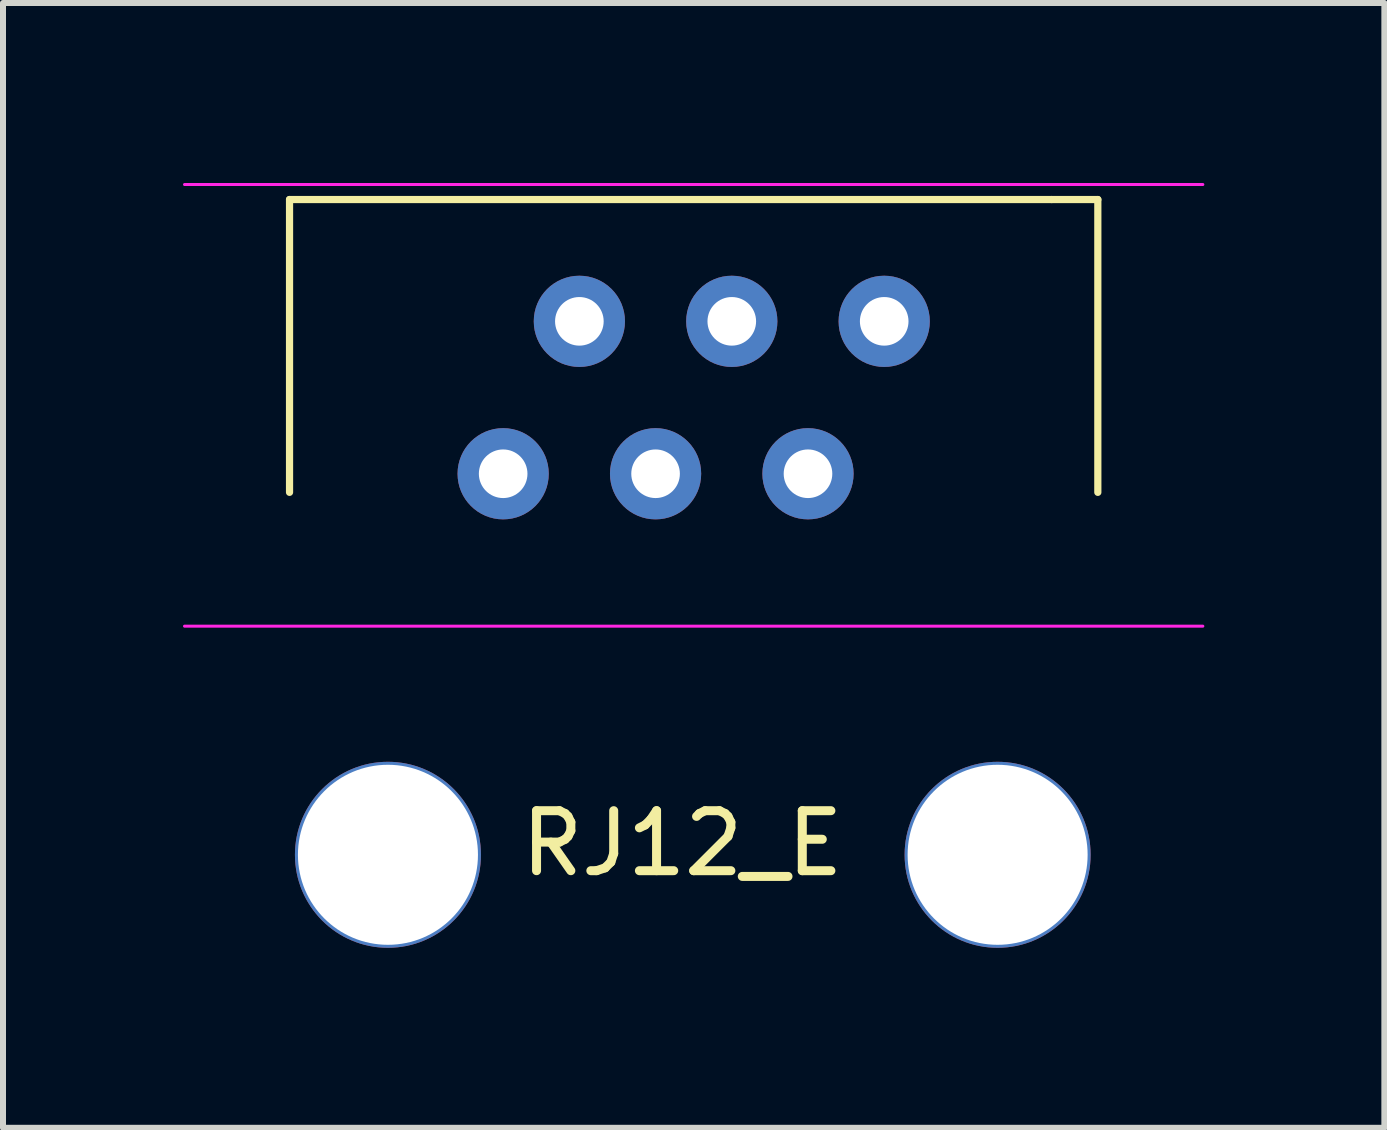
<source format=kicad_pcb>
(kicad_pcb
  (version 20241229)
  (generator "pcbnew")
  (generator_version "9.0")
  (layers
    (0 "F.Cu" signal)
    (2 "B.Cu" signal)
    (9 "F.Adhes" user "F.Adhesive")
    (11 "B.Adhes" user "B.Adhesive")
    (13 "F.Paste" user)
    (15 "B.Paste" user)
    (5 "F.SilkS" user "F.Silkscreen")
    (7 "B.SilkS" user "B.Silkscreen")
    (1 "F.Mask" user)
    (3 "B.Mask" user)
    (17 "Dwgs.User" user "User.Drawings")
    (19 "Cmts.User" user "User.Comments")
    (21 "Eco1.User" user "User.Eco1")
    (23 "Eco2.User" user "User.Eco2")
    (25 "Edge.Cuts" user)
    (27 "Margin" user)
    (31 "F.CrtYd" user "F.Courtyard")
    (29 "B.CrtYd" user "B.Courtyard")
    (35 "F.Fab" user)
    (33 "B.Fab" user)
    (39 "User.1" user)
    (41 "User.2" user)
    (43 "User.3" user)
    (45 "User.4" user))
  (footprint "RJ12_E"
    (layer "F.Cu")
    (at 5.335 4.845)
    (property "Reference" "RJ12_E" (at 2.985 6.16 0) (layer "F.SilkS") (effects (font (size 1 1) (thickness 0.15))))
    (attr through_hole)
    (fp_line (start -3.56 -4.57) (end -3.56 0.31) (stroke (width 0.12) (type solid)) (layer "F.SilkS"))
    (fp_line (start -3.56 -4.57) (end 9.14 -4.57) (stroke (width 0.12) (type solid)) (layer "F.SilkS"))
    (fp_line (start 9.14 -4.57) (end 9.91 -4.57) (stroke (width 0.12) (type solid)) (layer "F.SilkS"))
    (fp_line (start 9.91 -4.57) (end 9.91 0.31) (stroke (width 0.12) (type solid)) (layer "F.SilkS"))
    (fp_line (start -5.31 -4.82) (end 11.66 -4.82) (stroke (width 0.05) (type solid)) (layer "F.CrtYd"))
    (fp_line (start 11.66 2.54) (end -5.31 2.54) (stroke (width 0.05) (type solid)) (layer "F.CrtYd"))
    (pad "1" thru_hole circle (at 0 0) (size 1.52 1.52) (drill 0.81) (layers "*.Cu" "*.Mask"))
    (pad "2" thru_hole circle (at 1.27 -2.54) (size 1.52 1.52) (drill 0.81) (layers "*.Cu" "*.Mask"))
    (pad "3" thru_hole circle (at 2.54 0) (size 1.52 1.52) (drill 0.81) (layers "*.Cu" "*.Mask"))
    (pad "4" thru_hole circle (at 3.81 -2.54) (size 1.52 1.52) (drill 0.81) (layers "*.Cu" "*.Mask"))
    (pad "5" thru_hole circle (at 5.08 0) (size 1.52 1.52) (drill 0.81) (layers "*.Cu" "*.Mask"))
    (pad "6" thru_hole circle (at 6.35 -2.54) (size 1.52 1.52) (drill 0.81) (layers "*.Cu" "*.Mask"))
    (pad "7" thru_hole circle (at 8.24 6.35) (size 3.1 3.1) (drill 3) (layers "*.Cu" "*.Mask"))
    (pad "8" thru_hole circle (at -1.92 6.35) (size 3.1 3.1) (drill 3) (layers "*.Cu" "*.Mask")))
  (gr_rect
    (start -3 -3)
    (end 20.02 15.745)
    (stroke (width 0.1) (type default))
    (fill no)
    (layer "Edge.Cuts")))
</source>
